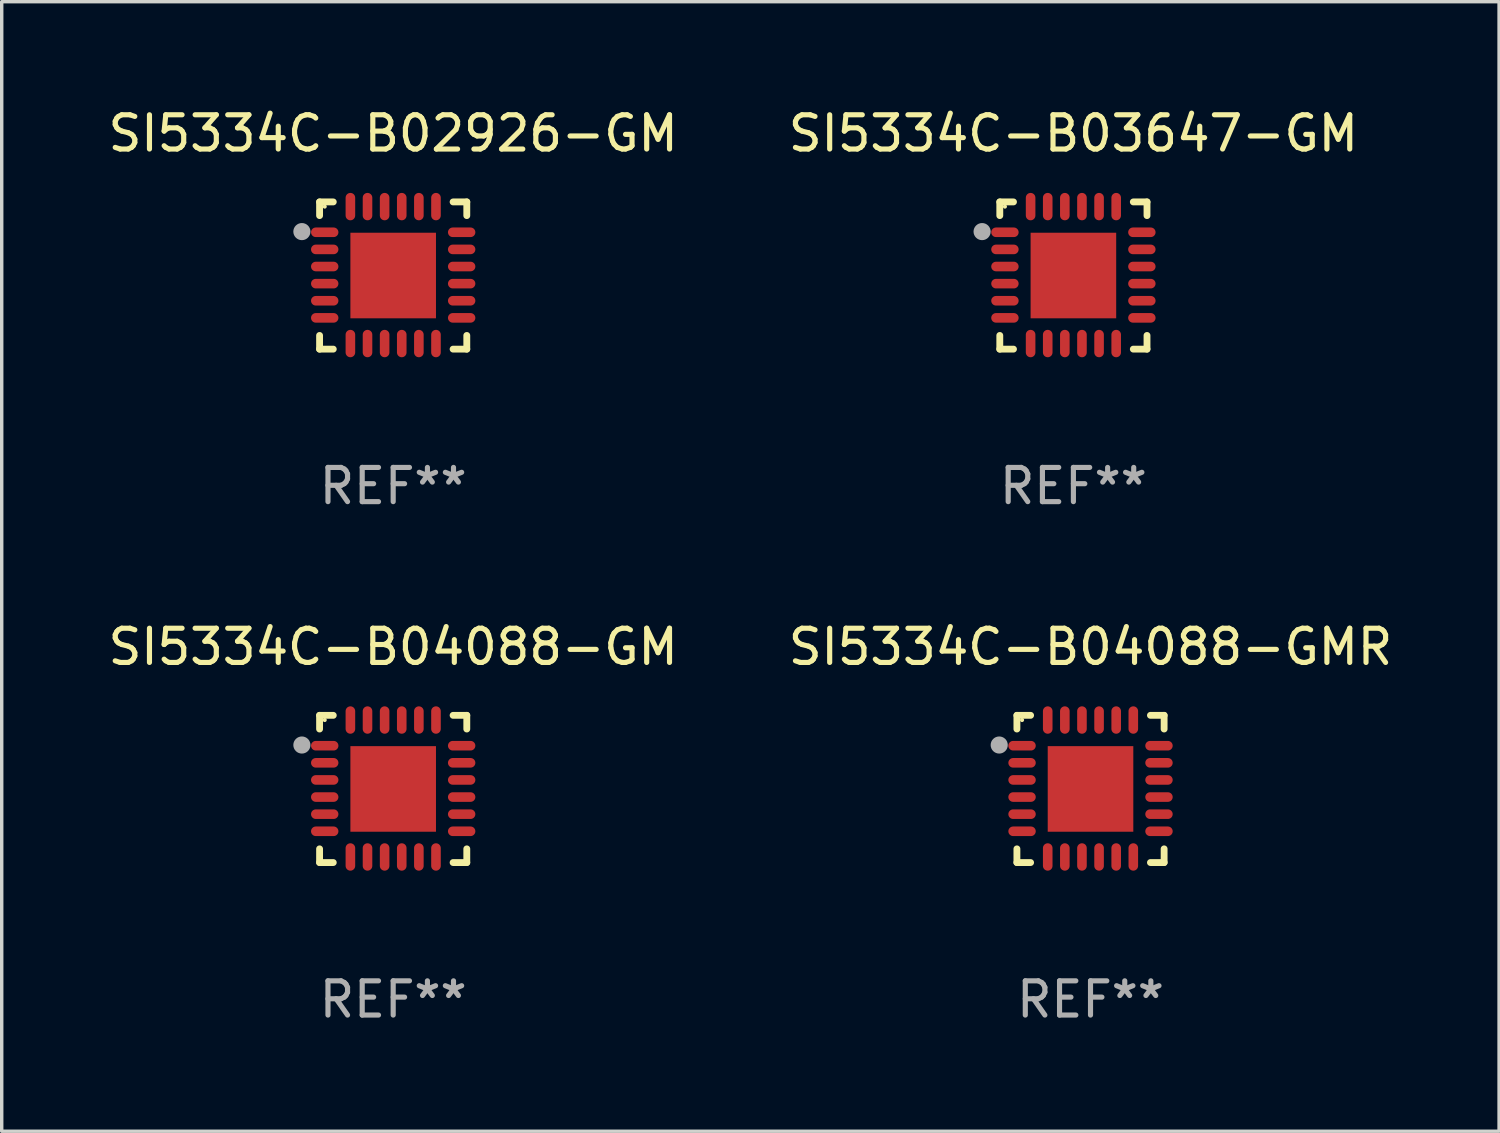
<source format=kicad_pcb>
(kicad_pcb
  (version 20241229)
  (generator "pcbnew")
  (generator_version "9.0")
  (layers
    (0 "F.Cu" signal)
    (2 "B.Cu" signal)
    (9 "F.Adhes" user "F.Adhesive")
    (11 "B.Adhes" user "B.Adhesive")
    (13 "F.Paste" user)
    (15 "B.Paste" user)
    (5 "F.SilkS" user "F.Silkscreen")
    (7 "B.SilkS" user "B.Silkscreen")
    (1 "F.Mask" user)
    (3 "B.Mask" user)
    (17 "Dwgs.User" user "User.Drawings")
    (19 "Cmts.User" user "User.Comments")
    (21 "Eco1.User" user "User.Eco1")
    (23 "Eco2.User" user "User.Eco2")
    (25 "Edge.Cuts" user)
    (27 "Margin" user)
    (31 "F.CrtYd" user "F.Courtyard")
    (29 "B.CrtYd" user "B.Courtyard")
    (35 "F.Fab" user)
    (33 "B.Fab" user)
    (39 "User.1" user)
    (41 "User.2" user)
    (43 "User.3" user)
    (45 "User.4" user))
  (footprint "SI5334C-B02926-GM"
    (layer "F.Cu")
    (at 8.435 4.998)
    (property "Reference" "SI5334C-B02926-GM" (at 0 -4.15 0) (layer "F.SilkS") (effects (font (size 1 1) (thickness 0.15))))
    (attr through_hole)
    (fp_line (start -2.15 -2.15) (end -1.75 -2.15) (stroke (width 0.2) (type solid)) (layer "F.SilkS"))
    (fp_line (start -2.15 -1.75) (end -2.15 -2.15) (stroke (width 0.2) (type solid)) (layer "F.SilkS"))
    (fp_line (start -2.15 2.15) (end -2.15 1.75) (stroke (width 0.2) (type solid)) (layer "F.SilkS"))
    (fp_line (start -1.75 2.15) (end -2.15 2.15) (stroke (width 0.2) (type solid)) (layer "F.SilkS"))
    (fp_line (start 1.75 -2.15) (end 2.15 -2.15) (stroke (width 0.2) (type solid)) (layer "F.SilkS"))
    (fp_line (start 1.75 2.15) (end 2.15 2.15) (stroke (width 0.2) (type solid)) (layer "F.SilkS"))
    (fp_line (start 2.15 -2.15) (end 2.15 -1.75) (stroke (width 0.2) (type solid)) (layer "F.SilkS"))
    (fp_line (start 2.15 2.15) (end 2.15 1.75) (stroke (width 0.2) (type solid)) (layer "F.SilkS"))
    (fp_circle (center -2 -2.013) (end -1.97 -2.013) (stroke (width 0.06) (type solid)) (fill no) (layer "F.SilkS"))
    (fp_circle (center -2.667 -1.283) (end -2.542 -1.283) (stroke (width 0.25) (type solid)) (fill no) (layer "F.Fab"))
    (fp_text user "REF**" (at 0 6.15 0) (layer "F.Fab") (effects (font (size 1 1) (thickness 0.15))))
    (pad "1" smd oval (at -2 -1.263) (size 0.8 0.28) (layers "F.Cu" "F.Mask" "F.Paste"))
    (pad "2" smd oval (at -2 -0.763) (size 0.8 0.28) (layers "F.Cu" "F.Mask" "F.Paste"))
    (pad "3" smd oval (at -2 -0.263) (size 0.8 0.28) (layers "F.Cu" "F.Mask" "F.Paste"))
    (pad "4" smd oval (at -2 0.237) (size 0.8 0.28) (layers "F.Cu" "F.Mask" "F.Paste"))
    (pad "5" smd oval (at -2 0.737) (size 0.8 0.28) (layers "F.Cu" "F.Mask" "F.Paste"))
    (pad "6" smd oval (at -2 1.237) (size 0.8 0.28) (layers "F.Cu" "F.Mask" "F.Paste"))
    (pad "7" smd oval (at -1.25 1.987) (size 0.28 0.8) (layers "F.Cu" "F.Mask" "F.Paste"))
    (pad "8" smd oval (at -0.75 1.987) (size 0.28 0.8) (layers "F.Cu" "F.Mask" "F.Paste"))
    (pad "9" smd oval (at -0.25 1.987) (size 0.28 0.8) (layers "F.Cu" "F.Mask" "F.Paste"))
    (pad "10" smd oval (at 0.25 1.987) (size 0.28 0.8) (layers "F.Cu" "F.Mask" "F.Paste"))
    (pad "11" smd oval (at 0.75 1.987) (size 0.28 0.8) (layers "F.Cu" "F.Mask" "F.Paste"))
    (pad "12" smd oval (at 1.25 1.987) (size 0.28 0.8) (layers "F.Cu" "F.Mask" "F.Paste"))
    (pad "13" smd oval (at 2 1.237) (size 0.8 0.28) (layers "F.Cu" "F.Mask" "F.Paste"))
    (pad "14" smd oval (at 2 0.737) (size 0.8 0.28) (layers "F.Cu" "F.Mask" "F.Paste"))
    (pad "15" smd oval (at 2 0.237) (size 0.8 0.28) (layers "F.Cu" "F.Mask" "F.Paste"))
    (pad "16" smd oval (at 2 -0.263) (size 0.8 0.28) (layers "F.Cu" "F.Mask" "F.Paste"))
    (pad "17" smd oval (at 2 -0.763) (size 0.8 0.28) (layers "F.Cu" "F.Mask" "F.Paste"))
    (pad "18" smd oval (at 2 -1.263) (size 0.8 0.28) (layers "F.Cu" "F.Mask" "F.Paste"))
    (pad "19" smd oval (at 1.25 -2.013) (size 0.28 0.8) (layers "F.Cu" "F.Mask" "F.Paste"))
    (pad "20" smd oval (at 0.75 -2.013) (size 0.28 0.8) (layers "F.Cu" "F.Mask" "F.Paste"))
    (pad "21" smd oval (at 0.25 -2.013) (size 0.28 0.8) (layers "F.Cu" "F.Mask" "F.Paste"))
    (pad "22" smd oval (at -0.25 -2.013) (size 0.28 0.8) (layers "F.Cu" "F.Mask" "F.Paste"))
    (pad "23" smd oval (at -0.75 -2.013) (size 0.28 0.8) (layers "F.Cu" "F.Mask" "F.Paste"))
    (pad "24" smd oval (at -1.25 -2.013) (size 0.28 0.8) (layers "F.Cu" "F.Mask" "F.Paste"))
    (pad "25" smd rect (at -0.000127 -0.00014) (size 2.5 2.5) (layers "F.Cu" "F.Mask" "F.Paste")))
  (footprint "SI5334C-B04088-GMR"
    (layer "F.Cu")
    (at 28.804 19.995)
    (property "Reference" "SI5334C-B04088-GMR" (at 0 -4.15 0) (layer "F.SilkS") (effects (font (size 1 1) (thickness 0.15))))
    (attr through_hole)
    (fp_line (start -2.15 -2.15) (end -1.75 -2.15) (stroke (width 0.2) (type solid)) (layer "F.SilkS"))
    (fp_line (start -2.15 -1.75) (end -2.15 -2.15) (stroke (width 0.2) (type solid)) (layer "F.SilkS"))
    (fp_line (start -2.15 2.15) (end -2.15 1.75) (stroke (width 0.2) (type solid)) (layer "F.SilkS"))
    (fp_line (start -1.75 2.15) (end -2.15 2.15) (stroke (width 0.2) (type solid)) (layer "F.SilkS"))
    (fp_line (start 1.75 -2.15) (end 2.15 -2.15) (stroke (width 0.2) (type solid)) (layer "F.SilkS"))
    (fp_line (start 1.75 2.15) (end 2.15 2.15) (stroke (width 0.2) (type solid)) (layer "F.SilkS"))
    (fp_line (start 2.15 -2.15) (end 2.15 -1.75) (stroke (width 0.2) (type solid)) (layer "F.SilkS"))
    (fp_line (start 2.15 2.15) (end 2.15 1.75) (stroke (width 0.2) (type solid)) (layer "F.SilkS"))
    (fp_circle (center -2 -2.013) (end -1.97 -2.013) (stroke (width 0.06) (type solid)) (fill no) (layer "F.SilkS"))
    (fp_circle (center -2.667 -1.283) (end -2.542 -1.283) (stroke (width 0.25) (type solid)) (fill no) (layer "F.Fab"))
    (fp_text user "REF**" (at 0 6.15 0) (layer "F.Fab") (effects (font (size 1 1) (thickness 0.15))))
    (pad "1" smd oval (at -2 -1.263) (size 0.8 0.28) (layers "F.Cu" "F.Mask" "F.Paste"))
    (pad "2" smd oval (at -2 -0.763) (size 0.8 0.28) (layers "F.Cu" "F.Mask" "F.Paste"))
    (pad "3" smd oval (at -2 -0.263) (size 0.8 0.28) (layers "F.Cu" "F.Mask" "F.Paste"))
    (pad "4" smd oval (at -2 0.237) (size 0.8 0.28) (layers "F.Cu" "F.Mask" "F.Paste"))
    (pad "5" smd oval (at -2 0.737) (size 0.8 0.28) (layers "F.Cu" "F.Mask" "F.Paste"))
    (pad "6" smd oval (at -2 1.237) (size 0.8 0.28) (layers "F.Cu" "F.Mask" "F.Paste"))
    (pad "7" smd oval (at -1.25 1.987) (size 0.28 0.8) (layers "F.Cu" "F.Mask" "F.Paste"))
    (pad "8" smd oval (at -0.75 1.987) (size 0.28 0.8) (layers "F.Cu" "F.Mask" "F.Paste"))
    (pad "9" smd oval (at -0.25 1.987) (size 0.28 0.8) (layers "F.Cu" "F.Mask" "F.Paste"))
    (pad "10" smd oval (at 0.25 1.987) (size 0.28 0.8) (layers "F.Cu" "F.Mask" "F.Paste"))
    (pad "11" smd oval (at 0.75 1.987) (size 0.28 0.8) (layers "F.Cu" "F.Mask" "F.Paste"))
    (pad "12" smd oval (at 1.25 1.987) (size 0.28 0.8) (layers "F.Cu" "F.Mask" "F.Paste"))
    (pad "13" smd oval (at 2 1.237) (size 0.8 0.28) (layers "F.Cu" "F.Mask" "F.Paste"))
    (pad "14" smd oval (at 2 0.737) (size 0.8 0.28) (layers "F.Cu" "F.Mask" "F.Paste"))
    (pad "15" smd oval (at 2 0.237) (size 0.8 0.28) (layers "F.Cu" "F.Mask" "F.Paste"))
    (pad "16" smd oval (at 2 -0.263) (size 0.8 0.28) (layers "F.Cu" "F.Mask" "F.Paste"))
    (pad "17" smd oval (at 2 -0.763) (size 0.8 0.28) (layers "F.Cu" "F.Mask" "F.Paste"))
    (pad "18" smd oval (at 2 -1.263) (size 0.8 0.28) (layers "F.Cu" "F.Mask" "F.Paste"))
    (pad "19" smd oval (at 1.25 -2.013) (size 0.28 0.8) (layers "F.Cu" "F.Mask" "F.Paste"))
    (pad "20" smd oval (at 0.75 -2.013) (size 0.28 0.8) (layers "F.Cu" "F.Mask" "F.Paste"))
    (pad "21" smd oval (at 0.25 -2.013) (size 0.28 0.8) (layers "F.Cu" "F.Mask" "F.Paste"))
    (pad "22" smd oval (at -0.25 -2.013) (size 0.28 0.8) (layers "F.Cu" "F.Mask" "F.Paste"))
    (pad "23" smd oval (at -0.75 -2.013) (size 0.28 0.8) (layers "F.Cu" "F.Mask" "F.Paste"))
    (pad "24" smd oval (at -1.25 -2.013) (size 0.28 0.8) (layers "F.Cu" "F.Mask" "F.Paste"))
    (pad "25" smd rect (at -0.000127 -0.00014) (size 2.5 2.5) (layers "F.Cu" "F.Mask" "F.Paste")))
  (footprint "SI5334C-B03647-GM"
    (layer "F.Cu")
    (at 28.304 4.998)
    (property "Reference" "SI5334C-B03647-GM" (at 0 -4.15 0) (layer "F.SilkS") (effects (font (size 1 1) (thickness 0.15))))
    (attr through_hole)
    (fp_line (start -2.15 -2.15) (end -1.75 -2.15) (stroke (width 0.2) (type solid)) (layer "F.SilkS"))
    (fp_line (start -2.15 -1.75) (end -2.15 -2.15) (stroke (width 0.2) (type solid)) (layer "F.SilkS"))
    (fp_line (start -2.15 2.15) (end -2.15 1.75) (stroke (width 0.2) (type solid)) (layer "F.SilkS"))
    (fp_line (start -1.75 2.15) (end -2.15 2.15) (stroke (width 0.2) (type solid)) (layer "F.SilkS"))
    (fp_line (start 1.75 -2.15) (end 2.15 -2.15) (stroke (width 0.2) (type solid)) (layer "F.SilkS"))
    (fp_line (start 1.75 2.15) (end 2.15 2.15) (stroke (width 0.2) (type solid)) (layer "F.SilkS"))
    (fp_line (start 2.15 -2.15) (end 2.15 -1.75) (stroke (width 0.2) (type solid)) (layer "F.SilkS"))
    (fp_line (start 2.15 2.15) (end 2.15 1.75) (stroke (width 0.2) (type solid)) (layer "F.SilkS"))
    (fp_circle (center -2 -2.013) (end -1.97 -2.013) (stroke (width 0.06) (type solid)) (fill no) (layer "F.SilkS"))
    (fp_circle (center -2.667 -1.283) (end -2.542 -1.283) (stroke (width 0.25) (type solid)) (fill no) (layer "F.Fab"))
    (fp_text user "REF**" (at 0 6.15 0) (layer "F.Fab") (effects (font (size 1 1) (thickness 0.15))))
    (pad "1" smd oval (at -2 -1.263) (size 0.8 0.28) (layers "F.Cu" "F.Mask" "F.Paste"))
    (pad "2" smd oval (at -2 -0.763) (size 0.8 0.28) (layers "F.Cu" "F.Mask" "F.Paste"))
    (pad "3" smd oval (at -2 -0.263) (size 0.8 0.28) (layers "F.Cu" "F.Mask" "F.Paste"))
    (pad "4" smd oval (at -2 0.237) (size 0.8 0.28) (layers "F.Cu" "F.Mask" "F.Paste"))
    (pad "5" smd oval (at -2 0.737) (size 0.8 0.28) (layers "F.Cu" "F.Mask" "F.Paste"))
    (pad "6" smd oval (at -2 1.237) (size 0.8 0.28) (layers "F.Cu" "F.Mask" "F.Paste"))
    (pad "7" smd oval (at -1.25 1.987) (size 0.28 0.8) (layers "F.Cu" "F.Mask" "F.Paste"))
    (pad "8" smd oval (at -0.75 1.987) (size 0.28 0.8) (layers "F.Cu" "F.Mask" "F.Paste"))
    (pad "9" smd oval (at -0.25 1.987) (size 0.28 0.8) (layers "F.Cu" "F.Mask" "F.Paste"))
    (pad "10" smd oval (at 0.25 1.987) (size 0.28 0.8) (layers "F.Cu" "F.Mask" "F.Paste"))
    (pad "11" smd oval (at 0.75 1.987) (size 0.28 0.8) (layers "F.Cu" "F.Mask" "F.Paste"))
    (pad "12" smd oval (at 1.25 1.987) (size 0.28 0.8) (layers "F.Cu" "F.Mask" "F.Paste"))
    (pad "13" smd oval (at 2 1.237) (size 0.8 0.28) (layers "F.Cu" "F.Mask" "F.Paste"))
    (pad "14" smd oval (at 2 0.737) (size 0.8 0.28) (layers "F.Cu" "F.Mask" "F.Paste"))
    (pad "15" smd oval (at 2 0.237) (size 0.8 0.28) (layers "F.Cu" "F.Mask" "F.Paste"))
    (pad "16" smd oval (at 2 -0.263) (size 0.8 0.28) (layers "F.Cu" "F.Mask" "F.Paste"))
    (pad "17" smd oval (at 2 -0.763) (size 0.8 0.28) (layers "F.Cu" "F.Mask" "F.Paste"))
    (pad "18" smd oval (at 2 -1.263) (size 0.8 0.28) (layers "F.Cu" "F.Mask" "F.Paste"))
    (pad "19" smd oval (at 1.25 -2.013) (size 0.28 0.8) (layers "F.Cu" "F.Mask" "F.Paste"))
    (pad "20" smd oval (at 0.75 -2.013) (size 0.28 0.8) (layers "F.Cu" "F.Mask" "F.Paste"))
    (pad "21" smd oval (at 0.25 -2.013) (size 0.28 0.8) (layers "F.Cu" "F.Mask" "F.Paste"))
    (pad "22" smd oval (at -0.25 -2.013) (size 0.28 0.8) (layers "F.Cu" "F.Mask" "F.Paste"))
    (pad "23" smd oval (at -0.75 -2.013) (size 0.28 0.8) (layers "F.Cu" "F.Mask" "F.Paste"))
    (pad "24" smd oval (at -1.25 -2.013) (size 0.28 0.8) (layers "F.Cu" "F.Mask" "F.Paste"))
    (pad "25" smd rect (at -0.000127 -0.00014) (size 2.5 2.5) (layers "F.Cu" "F.Mask" "F.Paste")))
  (footprint "SI5334C-B04088-GM"
    (layer "F.Cu")
    (at 8.435 19.995)
    (property "Reference" "SI5334C-B04088-GM" (at 0 -4.15 0) (layer "F.SilkS") (effects (font (size 1 1) (thickness 0.15))))
    (attr through_hole)
    (fp_line (start -2.15 -2.15) (end -1.75 -2.15) (stroke (width 0.2) (type solid)) (layer "F.SilkS"))
    (fp_line (start -2.15 -1.75) (end -2.15 -2.15) (stroke (width 0.2) (type solid)) (layer "F.SilkS"))
    (fp_line (start -2.15 2.15) (end -2.15 1.75) (stroke (width 0.2) (type solid)) (layer "F.SilkS"))
    (fp_line (start -1.75 2.15) (end -2.15 2.15) (stroke (width 0.2) (type solid)) (layer "F.SilkS"))
    (fp_line (start 1.75 -2.15) (end 2.15 -2.15) (stroke (width 0.2) (type solid)) (layer "F.SilkS"))
    (fp_line (start 1.75 2.15) (end 2.15 2.15) (stroke (width 0.2) (type solid)) (layer "F.SilkS"))
    (fp_line (start 2.15 -2.15) (end 2.15 -1.75) (stroke (width 0.2) (type solid)) (layer "F.SilkS"))
    (fp_line (start 2.15 2.15) (end 2.15 1.75) (stroke (width 0.2) (type solid)) (layer "F.SilkS"))
    (fp_circle (center -2 -2.013) (end -1.97 -2.013) (stroke (width 0.06) (type solid)) (fill no) (layer "F.SilkS"))
    (fp_circle (center -2.667 -1.283) (end -2.542 -1.283) (stroke (width 0.25) (type solid)) (fill no) (layer "F.Fab"))
    (fp_text user "REF**" (at 0 6.15 0) (layer "F.Fab") (effects (font (size 1 1) (thickness 0.15))))
    (pad "1" smd oval (at -2 -1.263) (size 0.8 0.28) (layers "F.Cu" "F.Mask" "F.Paste"))
    (pad "2" smd oval (at -2 -0.763) (size 0.8 0.28) (layers "F.Cu" "F.Mask" "F.Paste"))
    (pad "3" smd oval (at -2 -0.263) (size 0.8 0.28) (layers "F.Cu" "F.Mask" "F.Paste"))
    (pad "4" smd oval (at -2 0.237) (size 0.8 0.28) (layers "F.Cu" "F.Mask" "F.Paste"))
    (pad "5" smd oval (at -2 0.737) (size 0.8 0.28) (layers "F.Cu" "F.Mask" "F.Paste"))
    (pad "6" smd oval (at -2 1.237) (size 0.8 0.28) (layers "F.Cu" "F.Mask" "F.Paste"))
    (pad "7" smd oval (at -1.25 1.987) (size 0.28 0.8) (layers "F.Cu" "F.Mask" "F.Paste"))
    (pad "8" smd oval (at -0.75 1.987) (size 0.28 0.8) (layers "F.Cu" "F.Mask" "F.Paste"))
    (pad "9" smd oval (at -0.25 1.987) (size 0.28 0.8) (layers "F.Cu" "F.Mask" "F.Paste"))
    (pad "10" smd oval (at 0.25 1.987) (size 0.28 0.8) (layers "F.Cu" "F.Mask" "F.Paste"))
    (pad "11" smd oval (at 0.75 1.987) (size 0.28 0.8) (layers "F.Cu" "F.Mask" "F.Paste"))
    (pad "12" smd oval (at 1.25 1.987) (size 0.28 0.8) (layers "F.Cu" "F.Mask" "F.Paste"))
    (pad "13" smd oval (at 2 1.237) (size 0.8 0.28) (layers "F.Cu" "F.Mask" "F.Paste"))
    (pad "14" smd oval (at 2 0.737) (size 0.8 0.28) (layers "F.Cu" "F.Mask" "F.Paste"))
    (pad "15" smd oval (at 2 0.237) (size 0.8 0.28) (layers "F.Cu" "F.Mask" "F.Paste"))
    (pad "16" smd oval (at 2 -0.263) (size 0.8 0.28) (layers "F.Cu" "F.Mask" "F.Paste"))
    (pad "17" smd oval (at 2 -0.763) (size 0.8 0.28) (layers "F.Cu" "F.Mask" "F.Paste"))
    (pad "18" smd oval (at 2 -1.263) (size 0.8 0.28) (layers "F.Cu" "F.Mask" "F.Paste"))
    (pad "19" smd oval (at 1.25 -2.013) (size 0.28 0.8) (layers "F.Cu" "F.Mask" "F.Paste"))
    (pad "20" smd oval (at 0.75 -2.013) (size 0.28 0.8) (layers "F.Cu" "F.Mask" "F.Paste"))
    (pad "21" smd oval (at 0.25 -2.013) (size 0.28 0.8) (layers "F.Cu" "F.Mask" "F.Paste"))
    (pad "22" smd oval (at -0.25 -2.013) (size 0.28 0.8) (layers "F.Cu" "F.Mask" "F.Paste"))
    (pad "23" smd oval (at -0.75 -2.013) (size 0.28 0.8) (layers "F.Cu" "F.Mask" "F.Paste"))
    (pad "24" smd oval (at -1.25 -2.013) (size 0.28 0.8) (layers "F.Cu" "F.Mask" "F.Paste"))
    (pad "25" smd rect (at -0.000127 -0.00014) (size 2.5 2.5) (layers "F.Cu" "F.Mask" "F.Paste")))
  (gr_rect
    (start -3 -3)
    (end 40.738 29.993)
    (stroke (width 0.1) (type default))
    (fill no)
    (layer "Edge.Cuts")))
</source>
